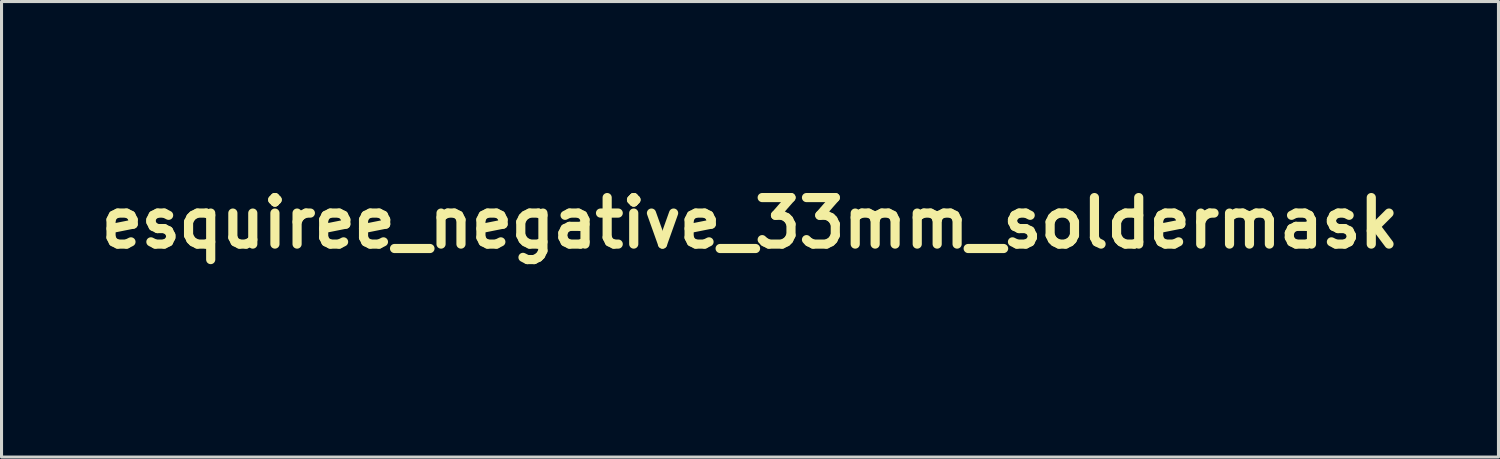
<source format=kicad_pcb>
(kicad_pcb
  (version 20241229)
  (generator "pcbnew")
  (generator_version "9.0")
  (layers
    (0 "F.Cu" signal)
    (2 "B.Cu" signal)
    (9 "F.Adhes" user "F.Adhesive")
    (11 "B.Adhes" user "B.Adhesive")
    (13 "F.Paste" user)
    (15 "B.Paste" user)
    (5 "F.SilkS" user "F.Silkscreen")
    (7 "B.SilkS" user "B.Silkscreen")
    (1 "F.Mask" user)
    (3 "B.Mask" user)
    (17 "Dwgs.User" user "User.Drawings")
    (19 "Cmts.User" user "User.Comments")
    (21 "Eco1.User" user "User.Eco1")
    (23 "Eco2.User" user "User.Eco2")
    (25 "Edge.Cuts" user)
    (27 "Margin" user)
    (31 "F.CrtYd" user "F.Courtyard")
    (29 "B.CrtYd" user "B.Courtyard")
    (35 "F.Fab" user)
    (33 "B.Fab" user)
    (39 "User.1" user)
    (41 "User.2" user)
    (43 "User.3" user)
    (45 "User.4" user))
  (footprint "esquiree_negative_33mm_soldermask"
    (layer "F.Cu")
    (at 21.525 4.258)
    (property "Reference" "esquiree_negative_33mm_soldermask" (at 0 0 0) (layer "F.SilkS") (effects (font (size 1.524 1.524) (thickness 0.3))))
    (attr through_hole)
    (fp_poly (pts (xy 4.759 -3.048) (xy 4.898 -2.979) (xy 5.015 -2.865) (xy 5.098 -2.714) (xy 5.135 -2.534) (xy 5.115 -2.358) (xy 5.042 -2.199) (xy 4.921 -2.068) (xy 4.818 -2.004) (xy 4.644 -1.947) (xy 4.475 -1.95) (xy 4.33 -1.997) (xy 4.175 -2.1) (xy 4.069 -2.242) (xy 4.014 -2.419) (xy 4.008 -2.472) (xy 4.023 -2.653) (xy 4.085 -2.805) (xy 4.184 -2.925) (xy 4.311 -3.012) (xy 4.455 -3.063) (xy 4.608 -3.076) (xy 4.759 -3.048)) (stroke (width 0.01) (type solid)) (fill yes) (layer "F.Mask"))
    (fp_poly (pts (xy 4.453 -1.727) (xy 4.583 -1.656) (xy 4.673 -1.55) (xy 4.717 -1.416) (xy 4.715 -1.318) (xy 4.699 -1.255) (xy 4.661 -1.143) (xy 4.607 -0.99) (xy 4.538 -0.805) (xy 4.459 -0.597) (xy 4.372 -0.375) (xy 4.364 -0.356) (xy 4.279 -0.14) (xy 4.201 0.056) (xy 4.135 0.225) (xy 4.083 0.359) (xy 4.048 0.451) (xy 4.033 0.492) (xy 4.032 0.494) (xy 4.062 0.499) (xy 4.142 0.504) (xy 4.259 0.507) (xy 4.369 0.508) (xy 4.577 0.514) (xy 4.731 0.535) (xy 4.843 0.573) (xy 4.919 0.632) (xy 4.971 0.716) (xy 4.975 0.724) (xy 5.007 0.875) (xy 4.982 1.023) (xy 4.908 1.158) (xy 4.79 1.269) (xy 4.636 1.345) (xy 4.572 1.362) (xy 4.462 1.377) (xy 4.308 1.388) (xy 4.125 1.393) (xy 3.929 1.394) (xy 3.735 1.39) (xy 3.559 1.382) (xy 3.418 1.369) (xy 3.332 1.354) (xy 3.161 1.286) (xy 3.023 1.19) (xy 2.936 1.079) (xy 2.909 1.019) (xy 2.892 0.958) (xy 2.886 0.889) (xy 2.894 0.805) (xy 2.916 0.701) (xy 2.955 0.57) (xy 3.011 0.406) (xy 3.087 0.203) (xy 3.185 -0.046) (xy 3.305 -0.347) (xy 3.31 -0.359) (xy 3.441 -0.683) (xy 3.553 -0.953) (xy 3.65 -1.173) (xy 3.735 -1.348) (xy 3.812 -1.484) (xy 3.883 -1.586) (xy 3.954 -1.658) (xy 4.026 -1.705) (xy 4.105 -1.734) (xy 4.192 -1.747) (xy 4.293 -1.751) (xy 4.294 -1.751) (xy 4.453 -1.727)) (stroke (width 0.01) (type solid)) (fill yes) (layer "F.Mask"))
    (fp_poly (pts (xy -5.949 -2.274) (xy -5.915 -2.256) (xy -5.831 -2.194) (xy -5.78 -2.123) (xy -5.757 -2.029) (xy -5.756 -1.895) (xy -5.762 -1.814) (xy -5.769 -1.663) (xy -5.757 -1.529) (xy -5.722 -1.398) (xy -5.658 -1.258) (xy -5.562 -1.095) (xy -5.446 -0.921) (xy -5.316 -0.73) (xy -5.219 -0.577) (xy -5.148 -0.448) (xy -5.096 -0.33) (xy -5.057 -0.211) (xy -5.029 -0.104) (xy -4.995 0.166) (xy -5.021 0.425) (xy -5.101 0.665) (xy -5.232 0.881) (xy -5.409 1.066) (xy -5.629 1.216) (xy -5.886 1.323) (xy -6.055 1.364) (xy -6.172 1.379) (xy -6.33 1.389) (xy -6.517 1.395) (xy -6.718 1.397) (xy -6.921 1.394) (xy -7.112 1.388) (xy -7.278 1.378) (xy -7.405 1.365) (xy -7.477 1.349) (xy -7.607 1.284) (xy -7.683 1.193) (xy -7.714 1.066) (xy -7.715 1.017) (xy -7.686 0.849) (xy -7.601 0.708) (xy -7.461 0.599) (xy -7.445 0.59) (xy -7.387 0.564) (xy -7.319 0.545) (xy -7.23 0.53) (xy -7.108 0.52) (xy -6.941 0.511) (xy -6.81 0.506) (xy -6.592 0.496) (xy -6.429 0.484) (xy -6.312 0.469) (xy -6.234 0.45) (xy -6.207 0.438) (xy -6.081 0.349) (xy -6.005 0.239) (xy -5.979 0.104) (xy -6.002 -0.06) (xy -6.075 -0.259) (xy -6.125 -0.364) (xy -6.266 -0.641) (xy -6.35 -0.455) (xy -6.456 -0.275) (xy -6.583 -0.144) (xy -6.724 -0.065) (xy -6.872 -0.04) (xy -7.02 -0.071) (xy -7.16 -0.16) (xy -7.194 -0.193) (xy -7.253 -0.268) (xy -7.28 -0.345) (xy -7.284 -0.445) (xy -7.28 -0.503) (xy -7.265 -0.57) (xy -7.238 -0.653) (xy -7.194 -0.76) (xy -7.13 -0.901) (xy -7.044 -1.082) (xy -6.941 -1.292) (xy -6.841 -1.492) (xy -6.746 -1.678) (xy -6.66 -1.841) (xy -6.59 -1.972) (xy -6.538 -2.06) (xy -6.518 -2.09) (xy -6.389 -2.221) (xy -6.245 -2.296) (xy -6.096 -2.315) (xy -5.949 -2.274)) (stroke (width 0.01) (type solid)) (fill yes) (layer "F.Mask"))
    (fp_poly (pts (xy 14.106 -1.789) (xy 14.356 -1.719) (xy 14.575 -1.604) (xy 14.684 -1.519) (xy 14.835 -1.355) (xy 14.933 -1.181) (xy 14.985 -0.981) (xy 14.998 -0.778) (xy 14.988 -0.585) (xy 14.954 -0.433) (xy 14.887 -0.3) (xy 14.781 -0.165) (xy 14.777 -0.16) (xy 14.665 -0.053) (xy 14.541 0.032) (xy 14.396 0.096) (xy 14.221 0.141) (xy 14.008 0.17) (xy 13.748 0.186) (xy 13.47 0.19) (xy 13.285 0.191) (xy 13.154 0.193) (xy 13.067 0.199) (xy 13.017 0.208) (xy 12.993 0.222) (xy 12.986 0.243) (xy 12.986 0.248) (xy 13.012 0.314) (xy 13.079 0.391) (xy 13.174 0.462) (xy 13.176 0.464) (xy 13.219 0.472) (xy 13.318 0.48) (xy 13.462 0.488) (xy 13.643 0.496) (xy 13.854 0.502) (xy 14.085 0.508) (xy 14.104 0.508) (xy 14.985 0.524) (xy 15.083 0.622) (xy 15.148 0.7) (xy 15.177 0.78) (xy 15.182 0.869) (xy 15.155 1.041) (xy 15.074 1.181) (xy 14.936 1.293) (xy 14.921 1.302) (xy 14.877 1.326) (xy 14.834 1.344) (xy 14.785 1.359) (xy 14.72 1.369) (xy 14.632 1.376) (xy 14.512 1.381) (xy 14.351 1.384) (xy 14.142 1.386) (xy 13.954 1.387) (xy 13.618 1.388) (xy 13.345 1.384) (xy 13.135 1.375) (xy 12.987 1.362) (xy 12.938 1.354) (xy 12.675 1.274) (xy 12.449 1.15) (xy 12.266 0.987) (xy 12.132 0.79) (xy 12.094 0.706) (xy 12.035 0.488) (xy 12.008 0.234) (xy 12.011 -0.036) (xy 12.045 -0.302) (xy 12.108 -0.545) (xy 12.13 -0.602) (xy 13.208 -0.602) (xy 13.237 -0.588) (xy 13.314 -0.578) (xy 13.425 -0.573) (xy 13.553 -0.572) (xy 13.684 -0.576) (xy 13.802 -0.584) (xy 13.893 -0.596) (xy 13.928 -0.605) (xy 14.026 -0.665) (xy 14.065 -0.744) (xy 14.043 -0.835) (xy 13.987 -0.906) (xy 13.881 -0.969) (xy 13.745 -0.982) (xy 13.587 -0.944) (xy 13.541 -0.925) (xy 13.457 -0.875) (xy 13.367 -0.802) (xy 13.285 -0.722) (xy 13.227 -0.649) (xy 13.208 -0.602) (xy 12.13 -0.602) (xy 12.136 -0.618) (xy 12.282 -0.9) (xy 12.471 -1.161) (xy 12.693 -1.388) (xy 12.935 -1.57) (xy 13.016 -1.616) (xy 13.281 -1.728) (xy 13.558 -1.794) (xy 13.836 -1.815) (xy 14.106 -1.789)) (stroke (width 0.01) (type solid)) (fill yes) (layer "F.Mask"))
    (fp_poly (pts (xy 10.65 -1.8) (xy 10.882 -1.763) (xy 11.082 -1.687) (xy 11.262 -1.568) (xy 11.317 -1.52) (xy 11.469 -1.356) (xy 11.567 -1.182) (xy 11.62 -0.982) (xy 11.633 -0.778) (xy 11.623 -0.585) (xy 11.588 -0.433) (xy 11.522 -0.3) (xy 11.416 -0.165) (xy 11.411 -0.16) (xy 11.3 -0.053) (xy 11.176 0.032) (xy 11.03 0.096) (xy 10.855 0.141) (xy 10.642 0.17) (xy 10.382 0.186) (xy 10.104 0.19) (xy 9.919 0.191) (xy 9.788 0.193) (xy 9.702 0.199) (xy 9.652 0.208) (xy 9.627 0.222) (xy 9.62 0.243) (xy 9.62 0.248) (xy 9.649 0.323) (xy 9.723 0.397) (xy 9.826 0.456) (xy 9.895 0.478) (xy 9.961 0.486) (xy 10.08 0.493) (xy 10.241 0.5) (xy 10.434 0.504) (xy 10.647 0.507) (xy 10.774 0.507) (xy 11.04 0.508) (xy 11.25 0.512) (xy 11.412 0.52) (xy 11.534 0.533) (xy 11.623 0.552) (xy 11.686 0.579) (xy 11.732 0.615) (xy 11.768 0.661) (xy 11.774 0.671) (xy 11.808 0.772) (xy 11.814 0.902) (xy 11.792 1.034) (xy 11.756 1.12) (xy 11.692 1.198) (xy 11.598 1.275) (xy 11.555 1.302) (xy 11.511 1.326) (xy 11.468 1.344) (xy 11.419 1.359) (xy 11.355 1.369) (xy 11.266 1.376) (xy 11.146 1.381) (xy 10.986 1.384) (xy 10.776 1.386) (xy 10.589 1.387) (xy 10.253 1.388) (xy 9.98 1.384) (xy 9.769 1.375) (xy 9.622 1.362) (xy 9.573 1.354) (xy 9.31 1.274) (xy 9.084 1.151) (xy 8.901 0.989) (xy 8.768 0.792) (xy 8.729 0.706) (xy 8.679 0.521) (xy 8.649 0.299) (xy 8.641 0.06) (xy 8.656 -0.172) (xy 8.678 -0.305) (xy 8.77 -0.602) (xy 9.842 -0.602) (xy 9.872 -0.588) (xy 9.949 -0.578) (xy 10.059 -0.573) (xy 10.187 -0.572) (xy 10.318 -0.576) (xy 10.437 -0.584) (xy 10.528 -0.596) (xy 10.562 -0.605) (xy 10.661 -0.665) (xy 10.699 -0.744) (xy 10.677 -0.835) (xy 10.622 -0.906) (xy 10.516 -0.969) (xy 10.379 -0.982) (xy 10.221 -0.944) (xy 10.176 -0.925) (xy 10.092 -0.875) (xy 10.002 -0.802) (xy 9.92 -0.722) (xy 9.862 -0.649) (xy 9.842 -0.602) (xy 8.77 -0.602) (xy 8.774 -0.614) (xy 8.923 -0.906) (xy 9.117 -1.173) (xy 9.349 -1.405) (xy 9.611 -1.593) (xy 9.863 -1.715) (xy 10.017 -1.761) (xy 10.203 -1.79) (xy 10.374 -1.802) (xy 10.65 -1.8)) (stroke (width 0.01) (type solid)) (fill yes) (layer "F.Mask"))
    (fp_poly (pts (xy 6.278 -2.306) (xy 6.4 -2.238) (xy 6.499 -2.121) (xy 6.558 -1.984) (xy 6.594 -1.886) (xy 6.636 -1.814) (xy 6.661 -1.792) (xy 6.707 -1.785) (xy 6.807 -1.776) (xy 6.951 -1.768) (xy 7.129 -1.76) (xy 7.332 -1.753) (xy 7.445 -1.75) (xy 7.684 -1.743) (xy 7.868 -1.736) (xy 8.005 -1.728) (xy 8.104 -1.719) (xy 8.174 -1.708) (xy 8.222 -1.693) (xy 8.258 -1.674) (xy 8.263 -1.671) (xy 8.328 -1.601) (xy 8.379 -1.5) (xy 8.405 -1.396) (xy 8.401 -1.329) (xy 8.384 -1.266) (xy 8.368 -1.2) (xy 8.316 -1.096) (xy 8.215 -1.002) (xy 8.08 -0.925) (xy 7.925 -0.874) (xy 7.776 -0.857) (xy 7.723 -0.846) (xy 7.661 -0.807) (xy 7.58 -0.734) (xy 7.47 -0.618) (xy 7.469 -0.616) (xy 7.272 -0.383) (xy 7.132 -0.176) (xy 7.048 0.007) (xy 7.019 0.168) (xy 7.044 0.307) (xy 7.045 0.31) (xy 7.077 0.372) (xy 7.119 0.419) (xy 7.18 0.452) (xy 7.271 0.475) (xy 7.401 0.491) (xy 7.579 0.501) (xy 7.717 0.507) (xy 7.935 0.516) (xy 8.099 0.53) (xy 8.218 0.551) (xy 8.301 0.583) (xy 8.356 0.629) (xy 8.393 0.692) (xy 8.415 0.755) (xy 8.433 0.915) (xy 8.394 1.066) (xy 8.304 1.198) (xy 8.17 1.301) (xy 8.015 1.362) (xy 7.92 1.377) (xy 7.777 1.387) (xy 7.599 1.393) (xy 7.403 1.395) (xy 7.202 1.392) (xy 7.01 1.386) (xy 6.844 1.377) (xy 6.716 1.363) (xy 6.662 1.353) (xy 6.462 1.268) (xy 6.294 1.135) (xy 6.161 0.964) (xy 6.067 0.762) (xy 6.014 0.539) (xy 6.006 0.303) (xy 6.046 0.063) (xy 6.118 -0.131) (xy 6.175 -0.242) (xy 6.25 -0.364) (xy 6.348 -0.508) (xy 6.478 -0.683) (xy 6.581 -0.818) (xy 6.584 -0.839) (xy 6.545 -0.852) (xy 6.456 -0.857) (xy 6.405 -0.857) (xy 6.198 -0.857) (xy 6.093 -0.596) (xy 6 -0.397) (xy 5.897 -0.247) (xy 5.852 -0.199) (xy 5.768 -0.121) (xy 5.702 -0.08) (xy 5.628 -0.065) (xy 5.571 -0.064) (xy 5.401 -0.087) (xy 5.27 -0.155) (xy 5.182 -0.262) (xy 5.144 -0.403) (xy 5.144 -0.432) (xy 5.155 -0.495) (xy 5.188 -0.605) (xy 5.238 -0.754) (xy 5.301 -0.929) (xy 5.373 -1.123) (xy 5.45 -1.323) (xy 5.528 -1.52) (xy 5.604 -1.704) (xy 5.673 -1.864) (xy 5.731 -1.989) (xy 5.767 -2.058) (xy 5.878 -2.199) (xy 6.007 -2.287) (xy 6.143 -2.322) (xy 6.278 -2.306)) (stroke (width 0.01) (type solid)) (fill yes) (layer "F.Mask"))
    (fp_poly (pts (xy 0.272 -1.798) (xy 0.331 -1.766) (xy 0.395 -1.71) (xy 0.456 -1.651) (xy 0.5 -1.593) (xy 0.526 -1.53) (xy 0.534 -1.453) (xy 0.522 -1.356) (xy 0.489 -1.232) (xy 0.434 -1.071) (xy 0.357 -0.869) (xy 0.256 -0.616) (xy 0.243 -0.581) (xy 0.139 -0.324) (xy 0.058 -0.119) (xy -0.002 0.041) (xy -0.045 0.163) (xy -0.071 0.253) (xy -0.082 0.318) (xy -0.081 0.365) (xy -0.07 0.401) (xy -0.052 0.429) (xy 0.013 0.47) (xy 0.12 0.49) (xy 0.251 0.49) (xy 0.386 0.469) (xy 0.508 0.429) (xy 0.524 0.421) (xy 0.58 0.392) (xy 0.627 0.363) (xy 0.67 0.328) (xy 0.711 0.282) (xy 0.753 0.217) (xy 0.801 0.129) (xy 0.856 0.011) (xy 0.923 -0.143) (xy 1.005 -0.338) (xy 1.105 -0.582) (xy 1.206 -0.831) (xy 1.321 -1.101) (xy 1.424 -1.316) (xy 1.521 -1.481) (xy 1.616 -1.601) (xy 1.714 -1.683) (xy 1.819 -1.731) (xy 1.937 -1.752) (xy 1.981 -1.754) (xy 2.148 -1.731) (xy 2.278 -1.66) (xy 2.366 -1.549) (xy 2.405 -1.404) (xy 2.402 -1.304) (xy 2.387 -1.243) (xy 2.35 -1.132) (xy 2.296 -0.981) (xy 2.229 -0.796) (xy 2.15 -0.589) (xy 2.064 -0.367) (xy 1.974 -0.139) (xy 1.884 0.086) (xy 1.796 0.298) (xy 1.725 0.468) (xy 1.732 0.486) (xy 1.777 0.498) (xy 1.868 0.505) (xy 2.012 0.508) (xy 2.068 0.508) (xy 2.279 0.513) (xy 2.435 0.531) (xy 2.547 0.565) (xy 2.624 0.618) (xy 2.673 0.693) (xy 2.688 0.734) (xy 2.711 0.898) (xy 2.675 1.054) (xy 2.587 1.193) (xy 2.45 1.301) (xy 2.436 1.308) (xy 2.38 1.335) (xy 2.32 1.354) (xy 2.245 1.368) (xy 2.144 1.378) (xy 2.004 1.385) (xy 1.814 1.39) (xy 1.764 1.391) (xy 1.525 1.395) (xy 1.34 1.392) (xy 1.198 1.38) (xy 1.091 1.359) (xy 1.009 1.326) (xy 0.943 1.28) (xy 0.902 1.24) (xy 0.815 1.148) (xy 0.709 1.229) (xy 0.617 1.291) (xy 0.522 1.336) (xy 0.411 1.366) (xy 0.272 1.384) (xy 0.092 1.393) (xy -0.079 1.394) (xy -0.273 1.392) (xy -0.416 1.387) (xy -0.525 1.375) (xy -0.611 1.357) (xy -0.68 1.333) (xy -0.873 1.226) (xy -1.025 1.078) (xy -1.132 0.897) (xy -1.187 0.694) (xy -1.185 0.479) (xy -1.176 0.426) (xy -1.15 0.338) (xy -1.105 0.204) (xy -1.042 0.035) (xy -0.966 -0.161) (xy -0.882 -0.374) (xy -0.792 -0.594) (xy -0.701 -0.811) (xy -0.613 -1.017) (xy -0.532 -1.202) (xy -0.461 -1.356) (xy -0.405 -1.47) (xy -0.367 -1.534) (xy -0.367 -1.535) (xy -0.255 -1.664) (xy -0.147 -1.744) (xy -0.025 -1.788) (xy 0.091 -1.803) (xy 0.2 -1.808) (xy 0.272 -1.798)) (stroke (width 0.01) (type solid)) (fill yes) (layer "F.Mask"))
    (fp_poly (pts (xy -2.592 -1.795) (xy -2.369 -1.752) (xy -2.242 -1.709) (xy -2.001 -1.574) (xy -1.805 -1.398) (xy -1.66 -1.185) (xy -1.64 -1.146) (xy -1.59 -1.029) (xy -1.56 -0.931) (xy -1.547 -0.825) (xy -1.544 -0.685) (xy -1.544 -0.667) (xy -1.544 -0.603) (xy -1.545 -0.546) (xy -1.55 -0.49) (xy -1.558 -0.43) (xy -1.573 -0.362) (xy -1.595 -0.282) (xy -1.626 -0.184) (xy -1.669 -0.063) (xy -1.724 0.084) (xy -1.793 0.264) (xy -1.878 0.479) (xy -1.98 0.736) (xy -2.102 1.038) (xy -2.244 1.391) (xy -2.375 1.714) (xy -3.036 3.35) (xy -2.696 3.368) (xy -2.467 3.391) (xy -2.294 3.433) (xy -2.174 3.496) (xy -2.102 3.585) (xy -2.074 3.701) (xy -2.078 3.805) (xy -2.124 3.967) (xy -2.219 4.094) (xy -2.37 4.193) (xy -2.431 4.22) (xy -2.496 4.24) (xy -2.575 4.253) (xy -2.68 4.263) (xy -2.824 4.269) (xy -3.018 4.273) (xy -3.044 4.274) (xy -3.233 4.275) (xy -3.41 4.273) (xy -3.562 4.268) (xy -3.674 4.259) (xy -3.715 4.253) (xy -3.879 4.197) (xy -4.01 4.098) (xy -4.091 3.998) (xy -4.124 3.943) (xy -4.146 3.884) (xy -4.156 3.817) (xy -4.152 3.734) (xy -4.132 3.63) (xy -4.096 3.499) (xy -4.041 3.335) (xy -3.966 3.132) (xy -3.87 2.884) (xy -3.751 2.585) (xy -3.716 2.498) (xy -3.617 2.251) (xy -3.523 2.019) (xy -3.438 1.809) (xy -3.366 1.629) (xy -3.308 1.486) (xy -3.268 1.388) (xy -3.251 1.347) (xy -3.205 1.236) (xy -3.341 1.308) (xy -3.437 1.35) (xy -3.542 1.372) (xy -3.68 1.379) (xy -3.715 1.379) (xy -3.943 1.357) (xy -4.136 1.287) (xy -4.307 1.164) (xy -4.389 1.08) (xy -4.506 0.93) (xy -4.585 0.778) (xy -4.633 0.606) (xy -4.658 0.394) (xy -4.66 0.355) (xy -4.66 0.112) (xy -4.646 0.001) (xy -3.664 0.001) (xy -3.661 0.164) (xy -3.622 0.302) (xy -3.55 0.402) (xy -3.483 0.444) (xy -3.366 0.469) (xy -3.219 0.471) (xy -3.072 0.45) (xy -2.968 0.417) (xy -2.917 0.391) (xy -2.876 0.362) (xy -2.84 0.317) (xy -2.802 0.247) (xy -2.756 0.142) (xy -2.695 -0.008) (xy -2.671 -0.07) (xy -2.587 -0.291) (xy -2.533 -0.465) (xy -2.507 -0.598) (xy -2.51 -0.698) (xy -2.542 -0.774) (xy -2.603 -0.834) (xy -2.671 -0.875) (xy -2.823 -0.92) (xy -2.982 -0.907) (xy -3.143 -0.841) (xy -3.298 -0.724) (xy -3.439 -0.562) (xy -3.561 -0.359) (xy -3.631 -0.177) (xy -3.664 0.001) (xy -4.646 0.001) (xy -4.631 -0.116) (xy -4.569 -0.346) (xy -4.469 -0.596) (xy -4.414 -0.714) (xy -4.232 -1.031) (xy -4.016 -1.298) (xy -3.77 -1.514) (xy -3.496 -1.674) (xy -3.294 -1.751) (xy -3.077 -1.795) (xy -2.836 -1.81) (xy -2.592 -1.795)) (stroke (width 0.01) (type solid)) (fill yes) (layer "F.Mask"))
    (fp_poly (pts (xy -8.175 -4.252) (xy -7.89 -4.249) (xy -7.587 -4.246) (xy -7.341 -4.242) (xy -7.145 -4.238) (xy -6.993 -4.233) (xy -6.877 -4.226) (xy -6.791 -4.217) (xy -6.729 -4.207) (xy -6.683 -4.194) (xy -6.662 -4.185) (xy -6.545 -4.103) (xy -6.475 -3.988) (xy -6.45 -3.853) (xy -6.469 -3.708) (xy -6.532 -3.565) (xy -6.638 -3.433) (xy -6.726 -3.363) (xy -6.757 -3.342) (xy -6.789 -3.325) (xy -6.828 -3.312) (xy -6.882 -3.302) (xy -6.958 -3.294) (xy -7.062 -3.288) (xy -7.202 -3.283) (xy -7.384 -3.279) (xy -7.615 -3.275) (xy -7.903 -3.27) (xy -8.969 -3.254) (xy -9.276 -2.492) (xy -9.583 -1.73) (xy -9.175 -1.714) (xy -9 -1.706) (xy -8.876 -1.696) (xy -8.79 -1.683) (xy -8.73 -1.663) (xy -8.683 -1.636) (xy -8.678 -1.632) (xy -8.575 -1.53) (xy -8.524 -1.41) (xy -8.519 -1.261) (xy -8.564 -1.093) (xy -8.665 -0.946) (xy -8.816 -0.826) (xy -8.859 -0.802) (xy -8.918 -0.774) (xy -8.977 -0.755) (xy -9.05 -0.742) (xy -9.148 -0.735) (xy -9.284 -0.731) (xy -9.47 -0.73) (xy -9.496 -0.73) (xy -9.993 -0.73) (xy -10.442 0.373) (xy -10.543 0.622) (xy -10.636 0.853) (xy -10.718 1.059) (xy -10.788 1.233) (xy -10.841 1.369) (xy -10.876 1.46) (xy -10.89 1.499) (xy -10.89 1.5) (xy -10.86 1.505) (xy -10.772 1.51) (xy -10.633 1.514) (xy -10.45 1.518) (xy -10.228 1.521) (xy -9.975 1.524) (xy -9.696 1.526) (xy -9.454 1.526) (xy -9.151 1.527) (xy -8.862 1.529) (xy -8.595 1.532) (xy -8.357 1.536) (xy -8.156 1.54) (xy -7.997 1.544) (xy -7.89 1.549) (xy -7.848 1.553) (xy -7.689 1.596) (xy -7.58 1.677) (xy -7.517 1.799) (xy -7.502 1.881) (xy -7.512 2.059) (xy -7.578 2.224) (xy -7.693 2.361) (xy -7.745 2.4) (xy -7.793 2.428) (xy -7.847 2.452) (xy -7.913 2.473) (xy -7.996 2.49) (xy -8.101 2.503) (xy -8.233 2.514) (xy -8.397 2.522) (xy -8.6 2.528) (xy -8.845 2.533) (xy -9.138 2.536) (xy -9.485 2.537) (xy -9.862 2.538) (xy -11.326 2.54) (xy -11.481 2.88) (xy -11.626 3.18) (xy -11.762 3.429) (xy -11.898 3.639) (xy -12.038 3.819) (xy -12.103 3.891) (xy -12.381 4.15) (xy -12.684 4.361) (xy -13.002 4.52) (xy -13.327 4.621) (xy -13.333 4.622) (xy -13.502 4.647) (xy -13.702 4.661) (xy -13.914 4.662) (xy -14.114 4.653) (xy -14.283 4.631) (xy -14.344 4.618) (xy -14.641 4.508) (xy -14.902 4.352) (xy -15.123 4.154) (xy -15.298 3.92) (xy -15.424 3.655) (xy -15.493 3.374) (xy -15.502 3.149) (xy -14.376 3.149) (xy -14.333 3.306) (xy -14.244 3.448) (xy -14.112 3.56) (xy -14.053 3.592) (xy -13.893 3.637) (xy -13.706 3.644) (xy -13.512 3.614) (xy -13.351 3.556) (xy -13.212 3.468) (xy -13.058 3.34) (xy -12.904 3.187) (xy -12.764 3.022) (xy -12.652 2.863) (xy -12.612 2.79) (xy -12.562 2.686) (xy -12.526 2.604) (xy -12.51 2.562) (xy -12.509 2.56) (xy -12.539 2.552) (xy -12.622 2.546) (xy -12.747 2.542) (xy -12.903 2.54) (xy -13.079 2.54) (xy -13.265 2.542) (xy -13.451 2.545) (xy -13.624 2.549) (xy -13.776 2.555) (xy -13.894 2.563) (xy -13.968 2.571) (xy -13.979 2.574) (xy -14.081 2.617) (xy -14.185 2.684) (xy -14.207 2.702) (xy -14.315 2.835) (xy -14.37 2.988) (xy -14.376 3.149) (xy -15.502 3.149) (xy -15.505 3.083) (xy -15.464 2.793) (xy -15.374 2.515) (xy -15.24 2.261) (xy -15.065 2.041) (xy -14.903 1.9) (xy -14.706 1.781) (xy -14.47 1.68) (xy -14.221 1.606) (xy -14.128 1.587) (xy -14.042 1.577) (xy -13.904 1.566) (xy -13.723 1.557) (xy -13.509 1.547) (xy -13.273 1.54) (xy -13.026 1.534) (xy -12.997 1.533) (xy -12.071 1.516) (xy -11.623 0.412) (xy -11.523 0.163) (xy -11.43 -0.067) (xy -11.347 -0.272) (xy -11.278 -0.445) (xy -11.225 -0.579) (xy -11.19 -0.669) (xy -11.176 -0.706) (xy -11.176 -0.707) (xy -11.205 -0.717) (xy -11.28 -0.728) (xy -11.371 -0.737) (xy -11.487 -0.749) (xy -11.563 -0.772) (xy -11.622 -0.815) (xy -11.657 -0.852) (xy -11.716 -0.932) (xy -11.742 -1.016) (xy -11.748 -1.113) (xy -11.728 -1.283) (xy -11.662 -1.423) (xy -11.568 -1.53) (xy -11.481 -1.6) (xy -11.382 -1.648) (xy -11.256 -1.681) (xy -11.087 -1.703) (xy -11.019 -1.709) (xy -10.751 -1.73) (xy -10.298 -2.824) (xy -10.193 -3.075) (xy -10.094 -3.311) (xy -10.003 -3.523) (xy -9.924 -3.705) (xy -9.859 -3.849) (xy -9.812 -3.95) (xy -9.786 -3.998) (xy -9.785 -3.999) (xy -9.739 -4.058) (xy -9.689 -4.107) (xy -9.63 -4.148) (xy -9.558 -4.18) (xy -9.465 -4.206) (xy -9.347 -4.225) (xy -9.197 -4.239) (xy -9.011 -4.248) (xy -8.782 -4.252) (xy -8.506 -4.253) (xy -8.175 -4.252)) (stroke (width 0.01) (type solid)) (fill yes) (layer "F.Mask")))
  (gr_rect
    (start -3 -3)
    (end 46.049 11.925)
    (stroke (width 0.1) (type default))
    (fill no)
    (layer "Edge.Cuts")))
</source>
